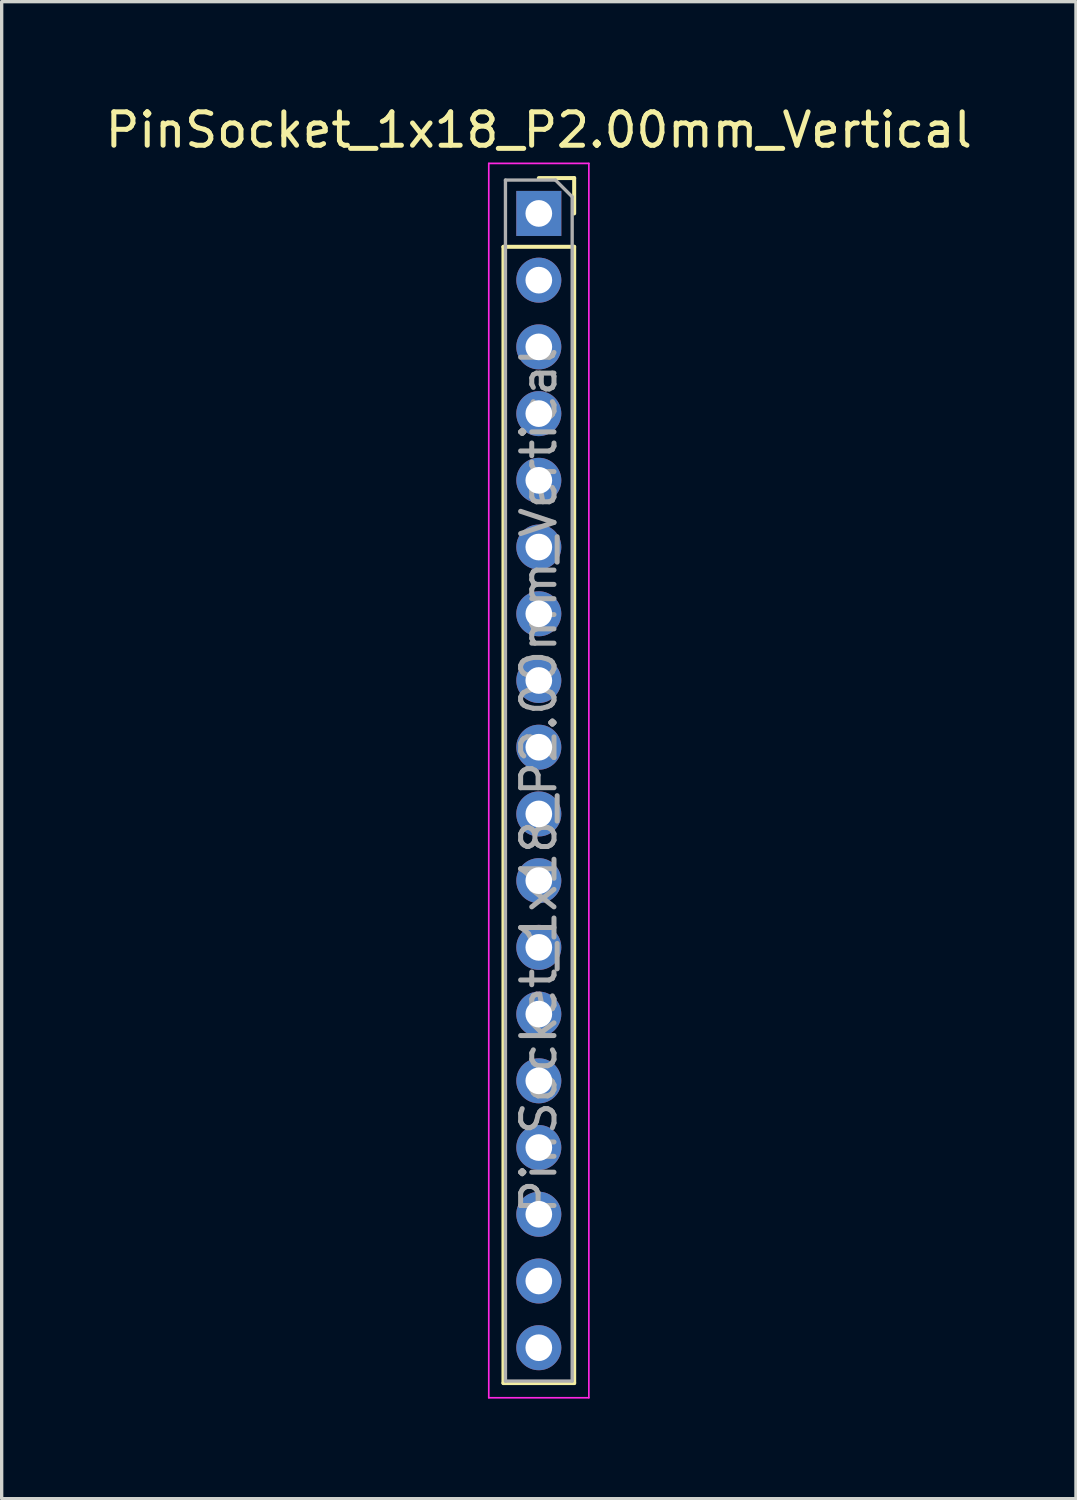
<source format=kicad_pcb>
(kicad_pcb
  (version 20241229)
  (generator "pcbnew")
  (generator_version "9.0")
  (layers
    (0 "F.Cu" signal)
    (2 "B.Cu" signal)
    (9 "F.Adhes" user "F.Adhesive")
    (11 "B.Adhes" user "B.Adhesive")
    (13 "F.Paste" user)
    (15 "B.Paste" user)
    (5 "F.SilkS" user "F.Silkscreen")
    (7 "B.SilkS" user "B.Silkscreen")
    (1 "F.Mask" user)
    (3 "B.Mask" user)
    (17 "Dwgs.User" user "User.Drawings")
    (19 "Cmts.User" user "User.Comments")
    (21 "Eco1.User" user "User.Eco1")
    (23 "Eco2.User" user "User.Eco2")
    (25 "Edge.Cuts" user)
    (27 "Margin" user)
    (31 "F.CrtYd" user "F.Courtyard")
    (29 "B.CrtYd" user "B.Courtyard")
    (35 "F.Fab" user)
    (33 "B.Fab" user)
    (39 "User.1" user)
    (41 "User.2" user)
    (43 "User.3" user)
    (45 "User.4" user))
  (footprint "PinSocket_1x18_P2.00mm_Vertical"
    (layer "F.Cu")
    (at 13.101 3.348)
    (property "Reference" "PinSocket_1x18_P2.00mm_Vertical" (at 0 -2.5 0) (layer "F.SilkS") (effects (font (size 1 1) (thickness 0.15))))
    (attr through_hole)
    (fp_line (start -1.06 1) (end -1.06 35.06) (stroke (width 0.12) (type solid)) (layer "F.SilkS"))
    (fp_line (start -1.06 1) (end 1.06 1) (stroke (width 0.12) (type solid)) (layer "F.SilkS"))
    (fp_line (start -1.06 35.06) (end 1.06 35.06) (stroke (width 0.12) (type solid)) (layer "F.SilkS"))
    (fp_line (start 0 -1.06) (end 1.06 -1.06) (stroke (width 0.12) (type solid)) (layer "F.SilkS"))
    (fp_line (start 1.06 -1.06) (end 1.06 0) (stroke (width 0.12) (type solid)) (layer "F.SilkS"))
    (fp_line (start 1.06 1) (end 1.06 35.06) (stroke (width 0.12) (type solid)) (layer "F.SilkS"))
    (fp_line (start -1.5 -1.5) (end 1.5 -1.5) (stroke (width 0.05) (type solid)) (layer "F.CrtYd"))
    (fp_line (start -1.5 35.5) (end -1.5 -1.5) (stroke (width 0.05) (type solid)) (layer "F.CrtYd"))
    (fp_line (start 1.5 -1.5) (end 1.5 35.5) (stroke (width 0.05) (type solid)) (layer "F.CrtYd"))
    (fp_line (start 1.5 35.5) (end -1.5 35.5) (stroke (width 0.05) (type solid)) (layer "F.CrtYd"))
    (fp_line (start -1 -1) (end 0.5 -1) (stroke (width 0.1) (type solid)) (layer "F.Fab"))
    (fp_line (start -1 35) (end -1 -1) (stroke (width 0.1) (type solid)) (layer "F.Fab"))
    (fp_line (start 0.5 -1) (end 1 -0.5) (stroke (width 0.1) (type solid)) (layer "F.Fab"))
    (fp_line (start 1 -0.5) (end 1 35) (stroke (width 0.1) (type solid)) (layer "F.Fab"))
    (fp_line (start 1 35) (end -1 35) (stroke (width 0.1) (type solid)) (layer "F.Fab"))
    (fp_text user "${REFERENCE}" (at 0 17 90) (layer "F.Fab") (effects (font (size 1 1) (thickness 0.15))))
    (pad "1" thru_hole rect (at 0 0) (size 1.35 1.35) (drill 0.8) (layers "*.Cu" "*.Mask"))
    (pad "2" thru_hole circle (at 0 2) (size 1.35 1.35) (drill 0.8) (layers "*.Cu" "*.Mask"))
    (pad "3" thru_hole circle (at 0 4) (size 1.35 1.35) (drill 0.8) (layers "*.Cu" "*.Mask"))
    (pad "4" thru_hole circle (at 0 6) (size 1.35 1.35) (drill 0.8) (layers "*.Cu" "*.Mask"))
    (pad "5" thru_hole circle (at 0 8) (size 1.35 1.35) (drill 0.8) (layers "*.Cu" "*.Mask"))
    (pad "6" thru_hole circle (at 0 10) (size 1.35 1.35) (drill 0.8) (layers "*.Cu" "*.Mask"))
    (pad "7" thru_hole circle (at 0 12) (size 1.35 1.35) (drill 0.8) (layers "*.Cu" "*.Mask"))
    (pad "8" thru_hole circle (at 0 14) (size 1.35 1.35) (drill 0.8) (layers "*.Cu" "*.Mask"))
    (pad "9" thru_hole circle (at 0 16) (size 1.35 1.35) (drill 0.8) (layers "*.Cu" "*.Mask"))
    (pad "10" thru_hole circle (at 0 18) (size 1.35 1.35) (drill 0.8) (layers "*.Cu" "*.Mask"))
    (pad "11" thru_hole circle (at 0 20) (size 1.35 1.35) (drill 0.8) (layers "*.Cu" "*.Mask"))
    (pad "12" thru_hole circle (at 0 22) (size 1.35 1.35) (drill 0.8) (layers "*.Cu" "*.Mask"))
    (pad "13" thru_hole circle (at 0 24) (size 1.35 1.35) (drill 0.8) (layers "*.Cu" "*.Mask"))
    (pad "14" thru_hole circle (at 0 26) (size 1.35 1.35) (drill 0.8) (layers "*.Cu" "*.Mask"))
    (pad "15" thru_hole circle (at 0 28) (size 1.35 1.35) (drill 0.8) (layers "*.Cu" "*.Mask"))
    (pad "16" thru_hole circle (at 0 30) (size 1.35 1.35) (drill 0.8) (layers "*.Cu" "*.Mask"))
    (pad "17" thru_hole circle (at 0 32) (size 1.35 1.35) (drill 0.8) (layers "*.Cu" "*.Mask"))
    (pad "18" thru_hole circle (at 0 34) (size 1.35 1.35) (drill 0.8) (layers "*.Cu" "*.Mask")))
  (gr_rect
    (start -3 -3)
    (end 29.202 41.873)
    (stroke (width 0.1) (type default))
    (fill no)
    (layer "Edge.Cuts")))
</source>
